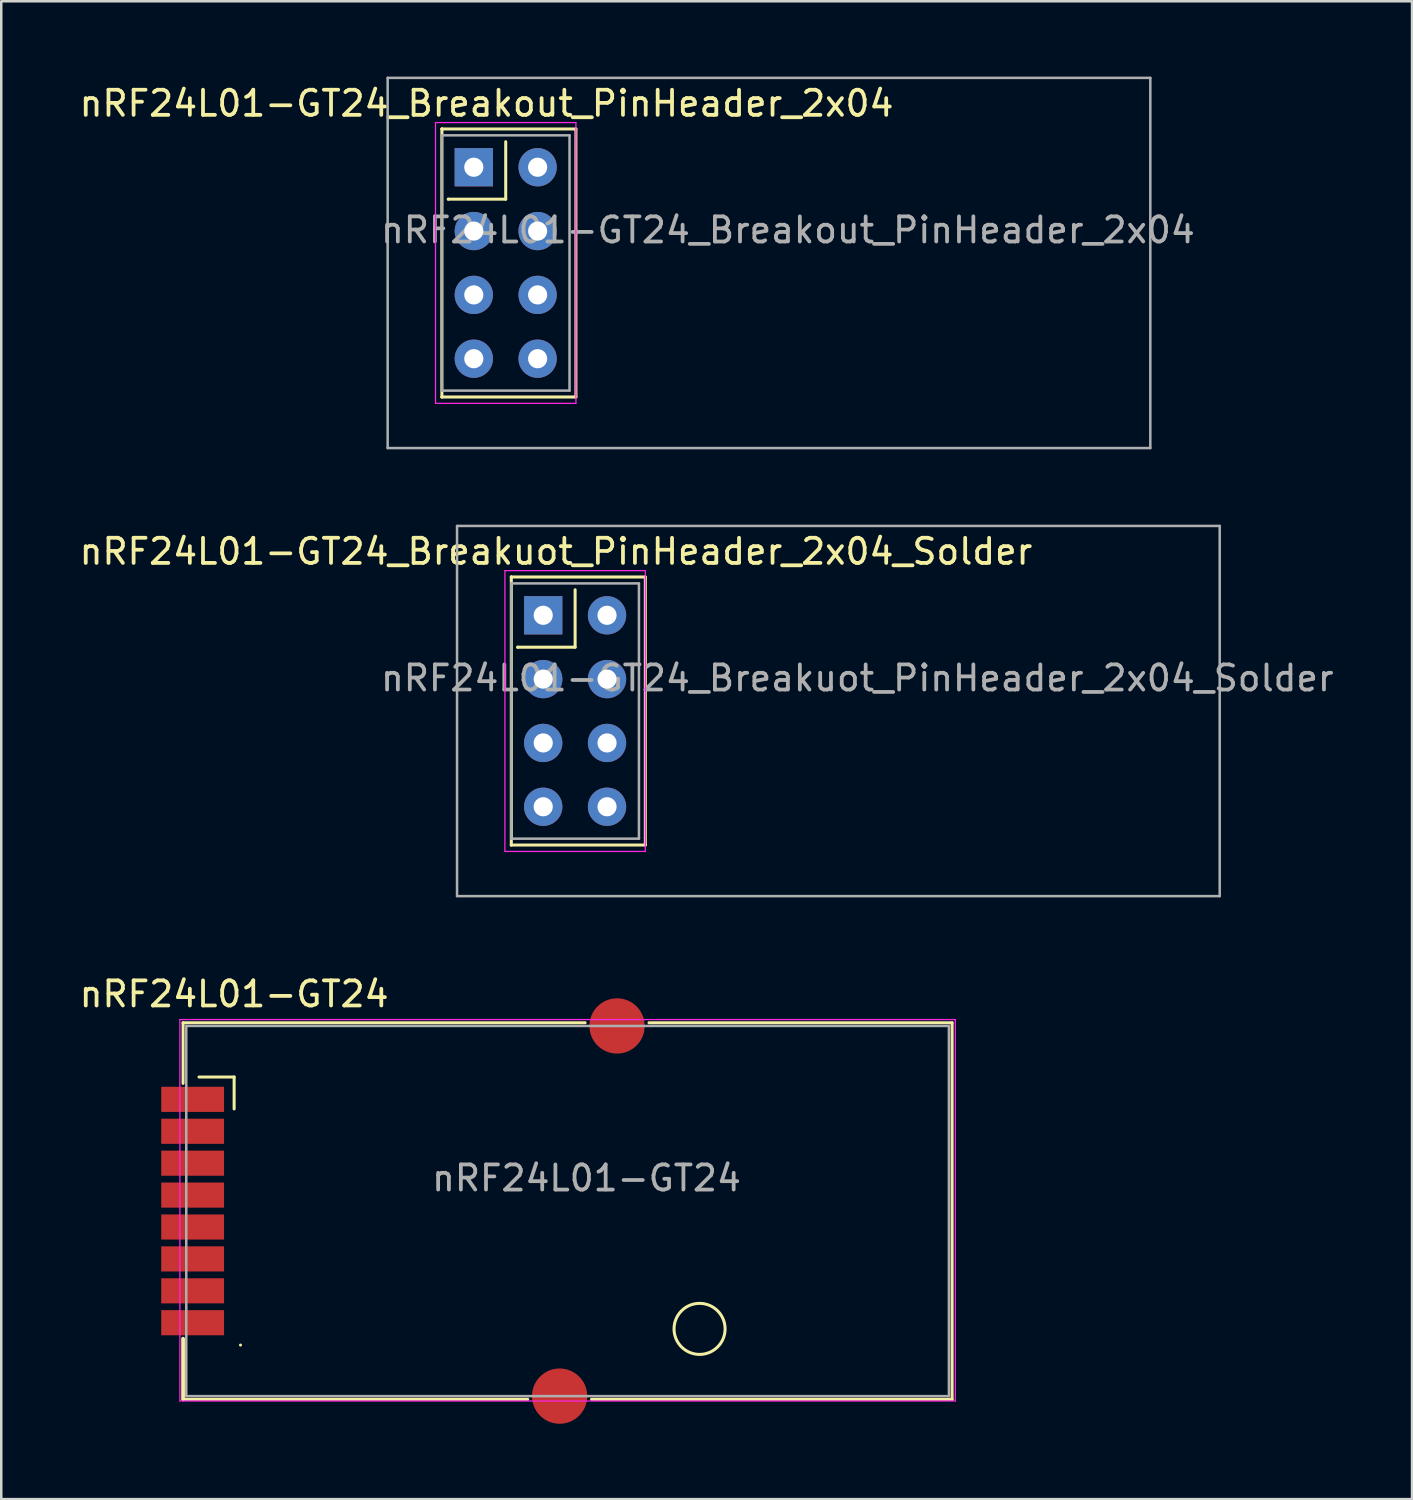
<source format=kicad_pcb>
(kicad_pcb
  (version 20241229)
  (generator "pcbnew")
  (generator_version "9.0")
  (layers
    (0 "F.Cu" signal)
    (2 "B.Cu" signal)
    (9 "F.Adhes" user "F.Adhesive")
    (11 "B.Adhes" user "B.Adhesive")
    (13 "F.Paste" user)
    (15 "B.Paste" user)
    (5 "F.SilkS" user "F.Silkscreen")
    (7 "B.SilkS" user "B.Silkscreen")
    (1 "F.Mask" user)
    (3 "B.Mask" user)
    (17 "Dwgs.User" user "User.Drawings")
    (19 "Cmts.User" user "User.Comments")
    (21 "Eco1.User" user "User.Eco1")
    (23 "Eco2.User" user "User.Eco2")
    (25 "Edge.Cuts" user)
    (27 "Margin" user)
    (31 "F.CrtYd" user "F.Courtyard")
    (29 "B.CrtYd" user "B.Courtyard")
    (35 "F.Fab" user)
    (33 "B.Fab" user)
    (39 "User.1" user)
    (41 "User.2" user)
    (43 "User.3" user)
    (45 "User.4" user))
  (footprint "nRF24L01-GT24_Breakout_PinHeader_2x04"
    (layer "F.Cu")
    (at 15.807 3.606)
    (property "Reference" "nRF24L01-GT24_Breakout_PinHeader_2x04" (at 0.508 -2.54 0) (layer "F.SilkS") (effects (font (size 1 1) (thickness 0.15))))
    (attr through_hole)
    (fp_line (start -1.27 -1.524) (end -1.27 -1.524) (stroke (width 0.12) (type solid)) (layer "F.SilkS"))
    (fp_line (start -1.27 -1.524) (end 4.064 -1.524) (stroke (width 0.12) (type solid)) (layer "F.SilkS"))
    (fp_line (start -1.27 9.144) (end -1.27 -1.524) (stroke (width 0.12) (type solid)) (layer "F.SilkS"))
    (fp_line (start -1.27 9.144) (end -1.27 9.144) (stroke (width 0.12) (type solid)) (layer "F.SilkS"))
    (fp_line (start -1.016 1.27) (end -1.016 1.27) (stroke (width 0.12) (type solid)) (layer "F.SilkS"))
    (fp_line (start 1.27 -1.016) (end 1.27 1.27) (stroke (width 0.12) (type solid)) (layer "F.SilkS"))
    (fp_line (start 1.27 1.27) (end -1.016 1.27) (stroke (width 0.12) (type solid)) (layer "F.SilkS"))
    (fp_line (start 4.064 -1.524) (end 4.064 9.144) (stroke (width 0.12) (type solid)) (layer "F.SilkS"))
    (fp_line (start 4.064 9.144) (end -1.27 9.144) (stroke (width 0.12) (type solid)) (layer "F.SilkS"))
    (fp_line (start -1.524 -1.778) (end -1.524 9.398) (stroke (width 0.05) (type solid)) (layer "F.CrtYd"))
    (fp_line (start -1.524 9.398) (end 4.064 9.398) (stroke (width 0.05) (type solid)) (layer "F.CrtYd"))
    (fp_line (start 4.064 -1.778) (end -1.524 -1.778) (stroke (width 0.05) (type solid)) (layer "F.CrtYd"))
    (fp_line (start 4.064 9.398) (end 4.064 -1.778) (stroke (width 0.05) (type solid)) (layer "F.CrtYd"))
    (fp_line (start -3.429 -3.556) (end 26.924 -3.556) (stroke (width 0.1) (type solid)) (layer "F.Fab"))
    (fp_line (start -3.429 11.176) (end -3.429 -3.556) (stroke (width 0.1) (type solid)) (layer "F.Fab"))
    (fp_line (start -1.27 -1.27) (end -1.27 -1.27) (stroke (width 0.1) (type solid)) (layer "F.Fab"))
    (fp_line (start -1.27 -1.27) (end 3.81 -1.27) (stroke (width 0.1) (type solid)) (layer "F.Fab"))
    (fp_line (start -1.27 8.89) (end -1.27 -1.27) (stroke (width 0.1) (type solid)) (layer "F.Fab"))
    (fp_line (start 3.81 -1.27) (end 3.81 8.89) (stroke (width 0.1) (type solid)) (layer "F.Fab"))
    (fp_line (start 3.81 8.89) (end -1.27 8.89) (stroke (width 0.1) (type solid)) (layer "F.Fab"))
    (fp_line (start 26.924 -3.556) (end 26.924 11.176) (stroke (width 0.1) (type solid)) (layer "F.Fab"))
    (fp_line (start 26.924 11.176) (end -3.429 11.176) (stroke (width 0.1) (type solid)) (layer "F.Fab"))
    (fp_text user "${REFERENCE}" (at 12.5 2.5 0) (layer "F.Fab") (effects (font (size 1 1) (thickness 0.15))))
    (pad "1" thru_hole rect (at 0 0) (size 1.524 1.524) (drill 0.762) (layers "*.Cu" "*.Mask"))
    (pad "2" thru_hole circle (at 2.54 0) (size 1.524 1.524) (drill 0.762) (layers "*.Cu" "*.Mask"))
    (pad "3" thru_hole circle (at 0 2.54) (size 1.524 1.524) (drill 0.762) (layers "*.Cu" "*.Mask"))
    (pad "4" thru_hole circle (at 2.54 2.54) (size 1.524 1.524) (drill 0.762) (layers "*.Cu" "*.Mask"))
    (pad "5" thru_hole circle (at 0 5.08) (size 1.524 1.524) (drill 0.762) (layers "*.Cu" "*.Mask"))
    (pad "6" thru_hole circle (at 2.54 5.08) (size 1.524 1.524) (drill 0.762) (layers "*.Cu" "*.Mask"))
    (pad "7" thru_hole circle (at 0 7.62) (size 1.524 1.524) (drill 0.762) (layers "*.Cu" "*.Mask"))
    (pad "8" thru_hole circle (at 2.54 7.62) (size 1.524 1.524) (drill 0.762) (layers "*.Cu" "*.Mask")))
  (footprint "nRF24L01-GT24_Breakuot_PinHeader_2x04_Solder"
    (layer "F.Cu")
    (at 18.569 21.438)
    (property "Reference" "nRF24L01-GT24_Breakuot_PinHeader_2x04_Solder" (at 0.508 -2.54 0) (layer "F.SilkS") (effects (font (size 1 1) (thickness 0.15))))
    (attr through_hole)
    (fp_line (start -1.27 -1.524) (end -1.27 -1.524) (stroke (width 0.12) (type solid)) (layer "F.SilkS"))
    (fp_line (start -1.27 -1.524) (end 4.064 -1.524) (stroke (width 0.12) (type solid)) (layer "F.SilkS"))
    (fp_line (start -1.27 9.144) (end -1.27 -1.524) (stroke (width 0.12) (type solid)) (layer "F.SilkS"))
    (fp_line (start -1.27 9.144) (end -1.27 9.144) (stroke (width 0.12) (type solid)) (layer "F.SilkS"))
    (fp_line (start -1.016 1.27) (end -1.016 1.27) (stroke (width 0.12) (type solid)) (layer "F.SilkS"))
    (fp_line (start 1.27 -1.016) (end 1.27 1.27) (stroke (width 0.12) (type solid)) (layer "F.SilkS"))
    (fp_line (start 1.27 1.27) (end -1.016 1.27) (stroke (width 0.12) (type solid)) (layer "F.SilkS"))
    (fp_line (start 4.064 -1.524) (end 4.064 9.144) (stroke (width 0.12) (type solid)) (layer "F.SilkS"))
    (fp_line (start 4.064 9.144) (end -1.27 9.144) (stroke (width 0.12) (type solid)) (layer "F.SilkS"))
    (fp_line (start -1.524 -1.778) (end -1.524 9.398) (stroke (width 0.05) (type solid)) (layer "F.CrtYd"))
    (fp_line (start -1.524 9.398) (end 4.064 9.398) (stroke (width 0.05) (type solid)) (layer "F.CrtYd"))
    (fp_line (start 4.064 -1.778) (end -1.524 -1.778) (stroke (width 0.05) (type solid)) (layer "F.CrtYd"))
    (fp_line (start 4.064 9.398) (end 4.064 -1.778) (stroke (width 0.05) (type solid)) (layer "F.CrtYd"))
    (fp_line (start -3.429 -3.556) (end 26.924 -3.556) (stroke (width 0.1) (type solid)) (layer "F.Fab"))
    (fp_line (start -3.429 11.176) (end -3.429 -3.556) (stroke (width 0.1) (type solid)) (layer "F.Fab"))
    (fp_line (start -1.27 -1.27) (end -1.27 -1.27) (stroke (width 0.1) (type solid)) (layer "F.Fab"))
    (fp_line (start -1.27 -1.27) (end 3.81 -1.27) (stroke (width 0.1) (type solid)) (layer "F.Fab"))
    (fp_line (start -1.27 8.89) (end -1.27 -1.27) (stroke (width 0.1) (type solid)) (layer "F.Fab"))
    (fp_line (start 3.81 -1.27) (end 3.81 8.89) (stroke (width 0.1) (type solid)) (layer "F.Fab"))
    (fp_line (start 3.81 8.89) (end -1.27 8.89) (stroke (width 0.1) (type solid)) (layer "F.Fab"))
    (fp_line (start 26.924 -3.556) (end 26.924 11.176) (stroke (width 0.1) (type solid)) (layer "F.Fab"))
    (fp_line (start 26.924 11.176) (end -3.429 11.176) (stroke (width 0.1) (type solid)) (layer "F.Fab"))
    (fp_text user "${REFERENCE}" (at 12.5 2.5 0) (layer "F.Fab") (effects (font (size 1 1) (thickness 0.15))))
    (pad "1" thru_hole rect (at 0 0) (size 1.524 1.524) (drill 0.762) (layers "*.Cu" "*.Mask"))
    (pad "2" thru_hole circle (at 2.54 0) (size 1.524 1.524) (drill 0.762) (layers "*.Cu" "*.Mask"))
    (pad "3" thru_hole circle (at 0 2.54) (size 1.524 1.524) (drill 0.762) (layers "*.Cu" "*.Mask"))
    (pad "4" thru_hole circle (at 2.54 2.54) (size 1.524 1.524) (drill 0.762) (layers "*.Cu" "*.Mask"))
    (pad "5" thru_hole circle (at 0 5.08) (size 1.524 1.524) (drill 0.762) (layers "*.Cu" "*.Mask"))
    (pad "6" thru_hole circle (at 2.54 5.08) (size 1.524 1.524) (drill 0.762) (layers "*.Cu" "*.Mask"))
    (pad "7" thru_hole circle (at 0 7.62) (size 1.524 1.524) (drill 0.762) (layers "*.Cu" "*.Mask"))
    (pad "8" thru_hole circle (at 2.54 7.62) (size 1.524 1.524) (drill 0.762) (layers "*.Cu" "*.Mask")))
  (footprint "nRF24L01-GT24"
    (layer "F.Cu")
    (at 7.792 41.338)
    (property "Reference" "nRF24L01-GT24" (at -1.524 -4.826 0) (layer "F.SilkS") (effects (font (size 1 1) (thickness 0.15))))
    (attr through_hole)
    (fp_line (start -3.556 -3.683) (end 12.446 -3.683) (stroke (width 0.12) (type solid)) (layer "F.SilkS"))
    (fp_line (start -3.556 -1.27) (end -3.556 -3.683) (stroke (width 0.12) (type solid)) (layer "F.SilkS"))
    (fp_line (start -3.556 8.89) (end -3.556 11.303) (stroke (width 0.15) (type solid)) (layer "F.SilkS"))
    (fp_line (start -1.524 -1.524) (end -2.921 -1.524) (stroke (width 0.12) (type solid)) (layer "F.SilkS"))
    (fp_line (start -1.524 -0.254) (end -1.524 -1.524) (stroke (width 0.12) (type solid)) (layer "F.SilkS"))
    (fp_line (start -1.27 9.144) (end -1.27 9.144) (stroke (width 0.12) (type solid)) (layer "F.SilkS"))
    (fp_line (start 10.16 11.303) (end -3.556 11.303) (stroke (width 0.12) (type solid)) (layer "F.SilkS"))
    (fp_line (start 12.7 11.303) (end 27.051 11.303) (stroke (width 0.12) (type solid)) (layer "F.SilkS"))
    (fp_line (start 14.986 -3.683) (end 27.051 -3.683) (stroke (width 0.12) (type solid)) (layer "F.SilkS"))
    (fp_line (start 27.051 -3.683) (end 27.051 11.303) (stroke (width 0.12) (type solid)) (layer "F.SilkS"))
    (fp_circle (center 17 8.5) (end 18.016 8.5) (stroke (width 0.12) (type solid)) (fill no) (layer "F.SilkS"))
    (fp_line (start -3.683 -3.81) (end -3.683 11.37) (stroke (width 0.05) (type solid)) (layer "F.CrtYd"))
    (fp_line (start -3.683 11.37) (end 27.178 11.37) (stroke (width 0.05) (type solid)) (layer "F.CrtYd"))
    (fp_line (start 27.178 -3.81) (end -3.683 -3.81) (stroke (width 0.05) (type solid)) (layer "F.CrtYd"))
    (fp_line (start 27.178 11.37) (end 27.178 -3.81) (stroke (width 0.05) (type solid)) (layer "F.CrtYd"))
    (fp_line (start -3.429 -3.556) (end 26.924 -3.556) (stroke (width 0.1) (type solid)) (layer "F.Fab"))
    (fp_line (start -3.429 11.176) (end -3.429 -3.556) (stroke (width 0.1) (type solid)) (layer "F.Fab"))
    (fp_line (start 26.924 -3.556) (end 26.924 11.176) (stroke (width 0.1) (type solid)) (layer "F.Fab"))
    (fp_line (start 26.924 11.176) (end -3.429 11.176) (stroke (width 0.1) (type solid)) (layer "F.Fab"))
    (fp_text user "${REFERENCE}" (at 12.5 2.5 0) (layer "F.Fab") (effects (font (size 1 1) (thickness 0.15))))
    (pad "1" smd rect (at -3.175 -0.635) (size 2.5 1) (layers "F.Cu" "F.Mask" "F.Paste"))
    (pad "2" smd rect (at -3.175 0.635) (size 2.5 1) (layers "F.Cu" "F.Mask" "F.Paste"))
    (pad "3" smd rect (at -3.175 1.905) (size 2.5 1) (layers "F.Cu" "F.Mask" "F.Paste"))
    (pad "4" smd rect (at -3.175 3.175) (size 2.5 1) (layers "F.Cu" "F.Mask" "F.Paste"))
    (pad "5" smd rect (at -3.175 4.445) (size 2.5 1) (layers "F.Cu" "F.Mask" "F.Paste"))
    (pad "6" smd rect (at -3.175 5.715) (size 2.5 1) (layers "F.Cu" "F.Mask" "F.Paste"))
    (pad "7" smd rect (at -3.175 6.985) (size 2.5 1) (layers "F.Cu" "F.Mask" "F.Paste"))
    (pad "8" smd rect (at -3.175 8.255) (size 2.5 1) (layers "F.Cu" "F.Mask" "F.Paste"))
    (pad "9" smd circle (at 11.43 11.176) (size 2.2 2.2) (layers "F.Cu" "F.Mask" "F.Paste"))
    (pad "10" smd circle (at 13.716 -3.556) (size 2.2 2.2) (layers "F.Cu" "F.Mask" "F.Paste")))
  (gr_rect
    (start -3 -3)
    (end 53.147 56.614)
    (stroke (width 0.1) (type default))
    (fill no)
    (layer "Edge.Cuts")))
</source>
